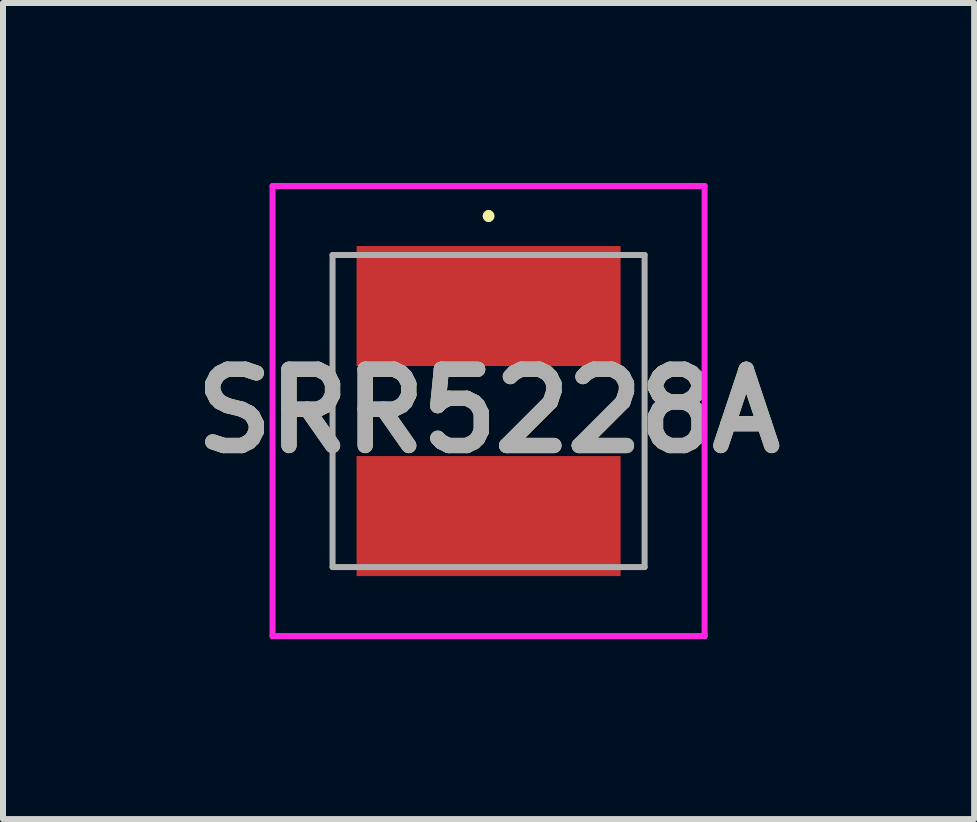
<source format=kicad_pcb>
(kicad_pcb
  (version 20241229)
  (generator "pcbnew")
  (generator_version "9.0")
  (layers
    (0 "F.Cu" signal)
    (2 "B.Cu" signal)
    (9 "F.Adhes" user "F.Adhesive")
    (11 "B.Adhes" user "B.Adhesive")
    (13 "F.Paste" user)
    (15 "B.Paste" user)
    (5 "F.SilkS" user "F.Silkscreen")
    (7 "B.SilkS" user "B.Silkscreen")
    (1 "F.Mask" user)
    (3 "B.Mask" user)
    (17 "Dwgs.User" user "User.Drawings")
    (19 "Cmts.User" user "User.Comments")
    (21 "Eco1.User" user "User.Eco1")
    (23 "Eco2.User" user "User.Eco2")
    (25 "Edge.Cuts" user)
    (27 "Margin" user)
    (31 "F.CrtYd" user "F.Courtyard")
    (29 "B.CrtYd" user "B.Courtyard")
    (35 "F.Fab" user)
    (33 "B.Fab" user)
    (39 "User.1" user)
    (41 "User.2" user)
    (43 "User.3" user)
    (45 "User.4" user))
  (footprint "SRR5228A"
    (layer "F.Cu")
    (at 5.092 3.8)
    (property "Reference" "SRR5228A" (at 0 0 0) (layer "F.SilkS") (effects (font (size 1.27 1.27) (thickness 0.254))))
    (attr smd)
    (fp_line (start 0 -3.3) (end 0 -3.3) (stroke (width 0.1) (type solid)) (layer "F.SilkS"))
    (fp_line (start 0 -3.2) (end 0 -3.2) (stroke (width 0.1) (type solid)) (layer "F.SilkS"))
    (fp_arc (start 0 -3.3) (mid 0.05 -3.25) (end 0 -3.2) (stroke (width 0.1) (type solid)) (layer "F.SilkS"))
    (fp_arc (start 0 -3.2) (mid -0.05 -3.25) (end 0 -3.3) (stroke (width 0.1) (type solid)) (layer "F.SilkS"))
    (fp_line (start -3.6 -3.75) (end 3.6 -3.75) (stroke (width 0.1) (type solid)) (layer "F.CrtYd"))
    (fp_line (start -3.6 3.75) (end -3.6 -3.75) (stroke (width 0.1) (type solid)) (layer "F.CrtYd"))
    (fp_line (start 3.6 -3.75) (end 3.6 3.75) (stroke (width 0.1) (type solid)) (layer "F.CrtYd"))
    (fp_line (start 3.6 3.75) (end -3.6 3.75) (stroke (width 0.1) (type solid)) (layer "F.CrtYd"))
    (fp_line (start -2.6 -2.6) (end -2.6 2.6) (stroke (width 0.1) (type solid)) (layer "F.Fab"))
    (fp_line (start -2.6 2.6) (end 2.6 2.6) (stroke (width 0.1) (type solid)) (layer "F.Fab"))
    (fp_line (start 2.6 -2.6) (end -2.6 -2.6) (stroke (width 0.1) (type solid)) (layer "F.Fab"))
    (fp_line (start 2.6 2.6) (end 2.6 -2.6) (stroke (width 0.1) (type solid)) (layer "F.Fab"))
    (fp_text user "${REFERENCE}" (at 0 0 0) (layer "F.Fab") (effects (font (size 1.27 1.27) (thickness 0.254))))
    (pad "1" smd rect (at 0 -1.75 90) (size 2 4.4) (layers "F.Cu" "F.Mask" "F.Paste"))
    (pad "2" smd rect (at 0 1.75 90) (size 2 4.4) (layers "F.Cu" "F.Mask" "F.Paste")))
  (gr_rect
    (start -3 -3)
    (end 13.184 10.6)
    (stroke (width 0.1) (type default))
    (fill no)
    (layer "Edge.Cuts")))
</source>
